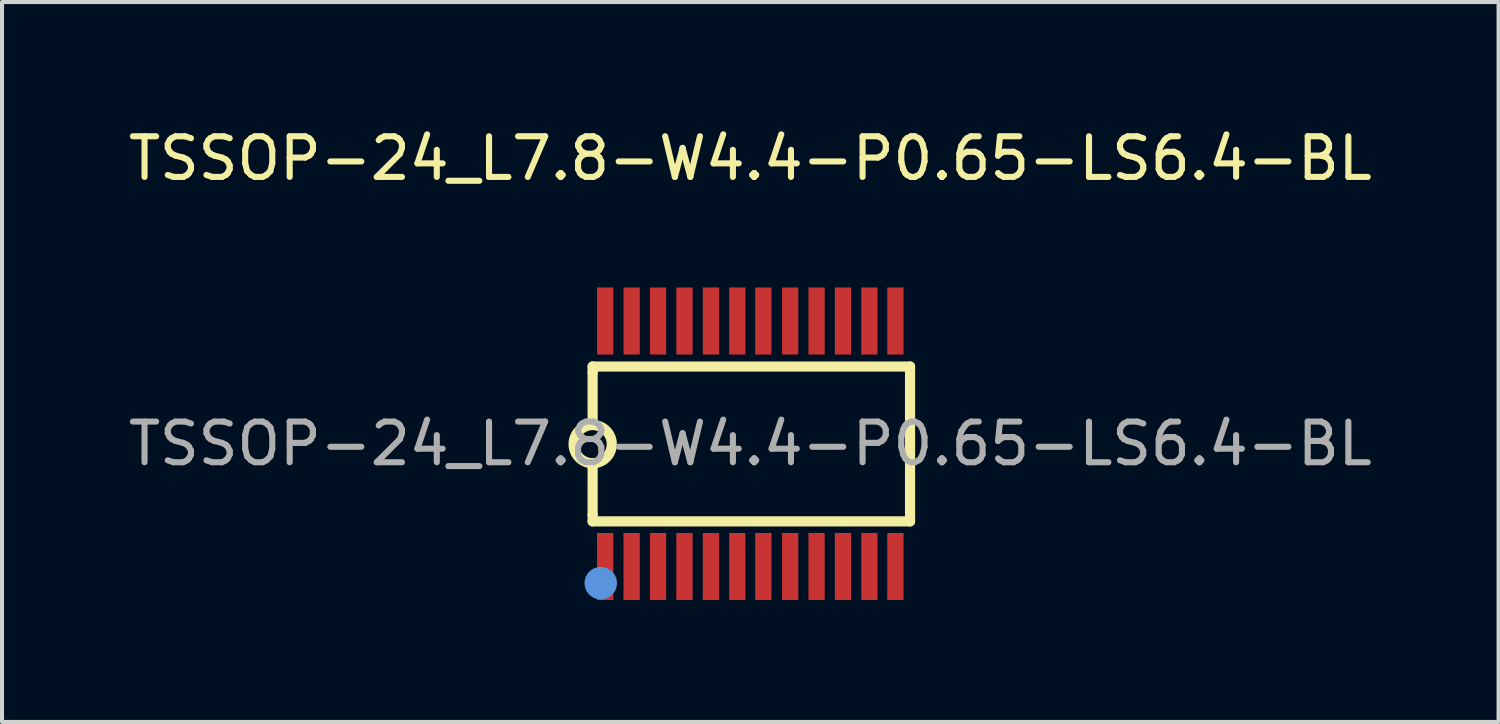
<source format=kicad_pcb>
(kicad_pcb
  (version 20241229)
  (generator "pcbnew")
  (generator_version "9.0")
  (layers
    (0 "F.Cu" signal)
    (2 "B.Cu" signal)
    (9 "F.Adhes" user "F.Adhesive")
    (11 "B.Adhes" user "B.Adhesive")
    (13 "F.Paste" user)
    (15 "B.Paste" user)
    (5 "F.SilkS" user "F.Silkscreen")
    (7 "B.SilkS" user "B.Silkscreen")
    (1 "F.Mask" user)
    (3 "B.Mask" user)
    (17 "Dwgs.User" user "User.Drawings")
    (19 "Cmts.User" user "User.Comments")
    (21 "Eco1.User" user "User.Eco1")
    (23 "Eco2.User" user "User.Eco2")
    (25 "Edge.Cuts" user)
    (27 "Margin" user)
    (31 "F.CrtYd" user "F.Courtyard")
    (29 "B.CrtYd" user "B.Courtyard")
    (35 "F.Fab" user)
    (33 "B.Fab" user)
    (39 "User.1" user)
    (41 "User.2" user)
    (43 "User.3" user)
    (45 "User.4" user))
  (footprint "TSSOP-24_L7.8-W4.4-P0.65-LS6.4-BL"
    (layer "F.Cu")
    (at 15.411 7.868)
    (property "Reference" "TSSOP-24_L7.8-W4.4-P0.65-LS6.4-BL" (at 0 -7.02 0) (layer "F.SilkS") (effects (font (size 1 1) (thickness 0.15))))
    (attr smd)
    (fp_line (start -3.88 -1.9) (end 3.93 -1.9) (stroke (width 0.25) (type solid)) (layer "F.SilkS"))
    (fp_line (start -3.88 -1.75) (end -3.88 -1.9) (stroke (width 0.25) (type solid)) (layer "F.SilkS"))
    (fp_line (start -3.88 -0.48) (end -3.88 -1.75) (stroke (width 0.25) (type solid)) (layer "F.SilkS"))
    (fp_line (start -3.88 1.75) (end -3.88 0.48) (stroke (width 0.25) (type solid)) (layer "F.SilkS"))
    (fp_line (start -3.88 1.75) (end -3.88 1.91) (stroke (width 0.25) (type solid)) (layer "F.SilkS"))
    (fp_line (start -3.88 1.91) (end 3.93 1.91) (stroke (width 0.25) (type solid)) (layer "F.SilkS"))
    (fp_line (start 3.93 -1.9) (end 3.93 1.91) (stroke (width 0.25) (type solid)) (layer "F.SilkS"))
    (fp_arc (start -3.888203 0.479928) (mid -3.875898 -0.459982) (end -3.88 0.48) (stroke (width 0.25) (type solid)) (layer "F.SilkS"))
    (fp_circle (center -3.68 3.43) (end -3.48 3.43) (stroke (width 0.4) (type solid)) (fill no) (layer "Cmts.User"))
    (fp_circle (center -3.9 3.19) (end -3.87 3.19) (stroke (width 0.06) (type solid)) (fill no) (layer "F.Fab"))
    (fp_text user "${REFERENCE}" (at 0 0 0) (layer "F.Fab") (effects (font (size 1 1) (thickness 0.15))))
    (pad "1" smd rect (at -3.57 3.02) (size 0.4 1.65) (layers "F.Cu" "F.Mask" "F.Paste"))
    (pad "2" smd rect (at -2.92 3.02) (size 0.4 1.65) (layers "F.Cu" "F.Mask" "F.Paste"))
    (pad "3" smd rect (at -2.27 3.02) (size 0.4 1.65) (layers "F.Cu" "F.Mask" "F.Paste"))
    (pad "4" smd rect (at -1.62 3.02) (size 0.4 1.65) (layers "F.Cu" "F.Mask" "F.Paste"))
    (pad "5" smd rect (at -0.97 3.02) (size 0.4 1.65) (layers "F.Cu" "F.Mask" "F.Paste"))
    (pad "6" smd rect (at -0.32 3.02) (size 0.4 1.65) (layers "F.Cu" "F.Mask" "F.Paste"))
    (pad "7" smd rect (at 0.32 3.02) (size 0.4 1.65) (layers "F.Cu" "F.Mask" "F.Paste"))
    (pad "8" smd rect (at 0.98 3.02) (size 0.4 1.65) (layers "F.Cu" "F.Mask" "F.Paste"))
    (pad "9" smd rect (at 1.63 3.02) (size 0.4 1.65) (layers "F.Cu" "F.Mask" "F.Paste"))
    (pad "10" smd rect (at 2.28 3.02) (size 0.4 1.65) (layers "F.Cu" "F.Mask" "F.Paste"))
    (pad "11" smd rect (at 2.93 3.02) (size 0.4 1.65) (layers "F.Cu" "F.Mask" "F.Paste"))
    (pad "12" smd rect (at 3.57 3.02) (size 0.4 1.65) (layers "F.Cu" "F.Mask" "F.Paste"))
    (pad "13" smd rect (at 3.57 -3.02) (size 0.4 1.65) (layers "F.Cu" "F.Mask" "F.Paste"))
    (pad "14" smd rect (at 2.93 -3.02) (size 0.4 1.65) (layers "F.Cu" "F.Mask" "F.Paste"))
    (pad "15" smd rect (at 2.28 -3.02) (size 0.4 1.65) (layers "F.Cu" "F.Mask" "F.Paste"))
    (pad "16" smd rect (at 1.63 -3.02) (size 0.4 1.65) (layers "F.Cu" "F.Mask" "F.Paste"))
    (pad "17" smd rect (at 0.98 -3.02) (size 0.4 1.65) (layers "F.Cu" "F.Mask" "F.Paste"))
    (pad "18" smd rect (at 0.32 -3.02) (size 0.4 1.65) (layers "F.Cu" "F.Mask" "F.Paste"))
    (pad "19" smd rect (at -0.32 -3.02) (size 0.4 1.65) (layers "F.Cu" "F.Mask" "F.Paste"))
    (pad "20" smd rect (at -0.97 -3.02) (size 0.4 1.65) (layers "F.Cu" "F.Mask" "F.Paste"))
    (pad "21" smd rect (at -1.62 -3.02) (size 0.4 1.65) (layers "F.Cu" "F.Mask" "F.Paste"))
    (pad "22" smd rect (at -2.27 -3.02) (size 0.4 1.65) (layers "F.Cu" "F.Mask" "F.Paste"))
    (pad "23" smd rect (at -2.92 -3.02) (size 0.4 1.65) (layers "F.Cu" "F.Mask" "F.Paste"))
    (pad "24" smd rect (at -3.57 -3.02) (size 0.4 1.65) (layers "F.Cu" "F.Mask" "F.Paste")))
  (gr_rect
    (start -3 -3)
    (end 33.821 14.713)
    (stroke (width 0.1) (type default))
    (fill no)
    (layer "Edge.Cuts")))
</source>
